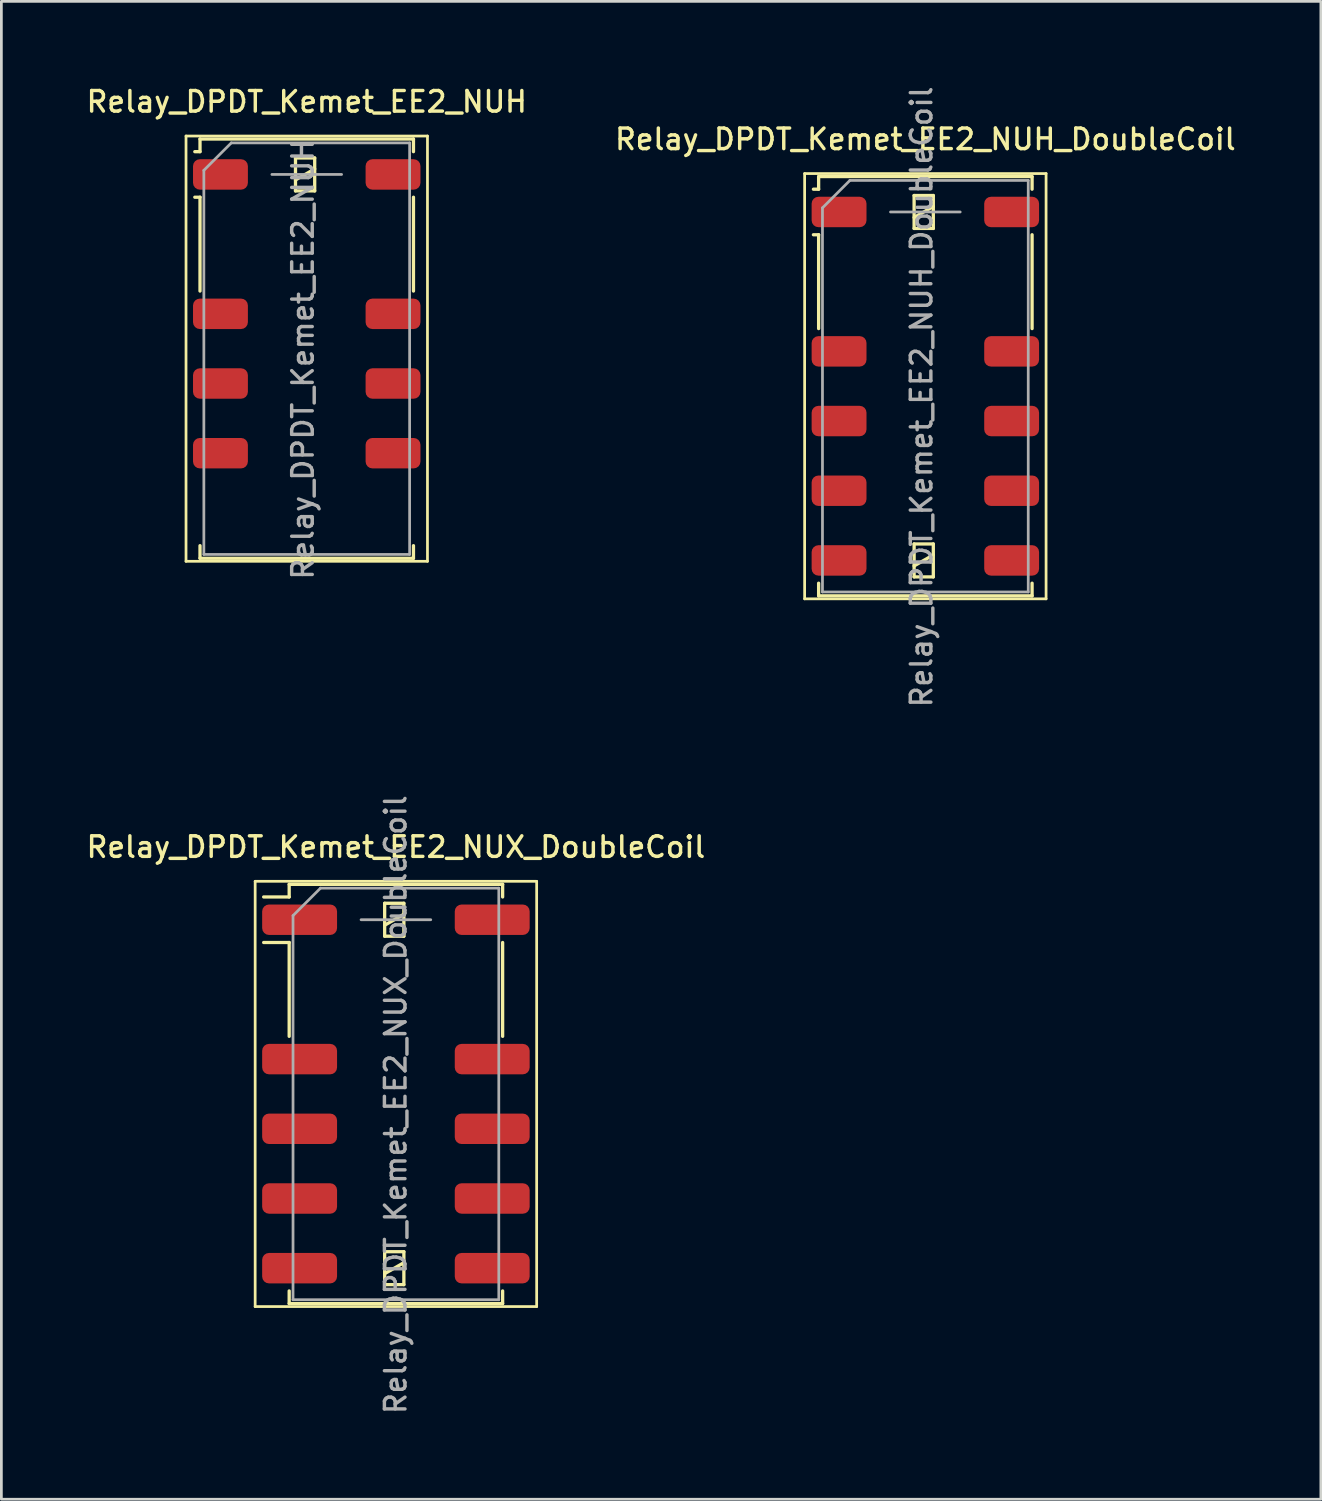
<source format=kicad_pcb>
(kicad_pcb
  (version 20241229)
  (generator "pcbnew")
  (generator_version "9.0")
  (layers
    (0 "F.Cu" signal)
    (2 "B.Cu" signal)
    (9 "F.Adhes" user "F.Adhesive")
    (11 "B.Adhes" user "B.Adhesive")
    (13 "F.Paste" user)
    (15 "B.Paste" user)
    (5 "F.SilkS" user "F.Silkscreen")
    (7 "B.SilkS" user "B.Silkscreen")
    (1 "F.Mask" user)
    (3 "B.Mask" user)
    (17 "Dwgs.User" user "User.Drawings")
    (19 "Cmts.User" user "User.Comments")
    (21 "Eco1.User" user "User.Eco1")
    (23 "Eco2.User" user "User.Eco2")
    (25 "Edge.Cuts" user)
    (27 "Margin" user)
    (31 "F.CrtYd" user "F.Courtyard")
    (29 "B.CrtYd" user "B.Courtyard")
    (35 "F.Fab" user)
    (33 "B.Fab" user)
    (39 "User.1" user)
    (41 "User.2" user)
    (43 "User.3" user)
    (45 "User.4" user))
  (footprint "Relay_DPDT_Kemet_EE2_NUH"
    (layer "F.Cu")
    (at 8.13 9.658)
    (property "Reference" "Relay_DPDT_Kemet_EE2_NUH" (at 0 -9 180) (layer "F.SilkS") (effects (font (size 0.75 0.75) (thickness 0.125))))
    (attr smd)
    (fp_line (start -4.4 -7.75) (end -4.4 7.75) (stroke (width 0.1) (type solid)) (layer "F.SilkS"))
    (fp_line (start -4.4 7.75) (end 4.4 7.75) (stroke (width 0.1) (type solid)) (layer "F.SilkS"))
    (fp_line (start -3.89 -7.64) (end -3.89 -7.18) (stroke (width 0.12) (type solid)) (layer "F.SilkS"))
    (fp_line (start -3.89 -7.18) (end -4.08 -7.18) (stroke (width 0.12) (type solid)) (layer "F.SilkS"))
    (fp_line (start -3.89 -5.52) (end -4.08 -5.52) (stroke (width 0.12) (type solid)) (layer "F.SilkS"))
    (fp_line (start -3.89 -5.52) (end -3.89 -2.1) (stroke (width 0.12) (type solid)) (layer "F.SilkS"))
    (fp_line (start -3.89 7.18) (end -3.89 7.64) (stroke (width 0.12) (type solid)) (layer "F.SilkS"))
    (fp_line (start -0.41 -6.95) (end -0.41 -5.75) (stroke (width 0.12) (type solid)) (layer "F.SilkS"))
    (fp_line (start -0.41 -6.15) (end 0.29 -6.55) (stroke (width 0.12) (type solid)) (layer "F.SilkS"))
    (fp_line (start -0.41 -5.75) (end 0.29 -5.75) (stroke (width 0.12) (type solid)) (layer "F.SilkS"))
    (fp_line (start 0.29 -6.95) (end -0.41 -6.95) (stroke (width 0.12) (type solid)) (layer "F.SilkS"))
    (fp_line (start 0.29 -5.75) (end 0.29 -6.95) (stroke (width 0.12) (type solid)) (layer "F.SilkS"))
    (fp_line (start 3.89 -7.64) (end -3.89 -7.64) (stroke (width 0.12) (type solid)) (layer "F.SilkS"))
    (fp_line (start 3.89 -7.64) (end 3.89 -7.18) (stroke (width 0.12) (type solid)) (layer "F.SilkS"))
    (fp_line (start 3.89 -5.52) (end 3.89 -2.1) (stroke (width 0.12) (type solid)) (layer "F.SilkS"))
    (fp_line (start 3.89 7.18) (end 3.89 7.64) (stroke (width 0.12) (type solid)) (layer "F.SilkS"))
    (fp_line (start 3.89 7.64) (end -3.89 7.64) (stroke (width 0.12) (type solid)) (layer "F.SilkS"))
    (fp_line (start 4.4 -7.75) (end -4.4 -7.75) (stroke (width 0.1) (type solid)) (layer "F.SilkS"))
    (fp_line (start 4.4 -7.75) (end 4.4 7.75) (stroke (width 0.1) (type solid)) (layer "F.SilkS"))
    (fp_line (start -3.75 -6.5) (end -3.75 7.5) (stroke (width 0.1) (type solid)) (layer "F.Fab"))
    (fp_line (start -3.75 -6.5) (end -2.75 -7.5) (stroke (width 0.1) (type solid)) (layer "F.Fab"))
    (fp_line (start -1.27 -6.35) (end 1.27 -6.35) (stroke (width 0.1) (type solid)) (layer "F.Fab"))
    (fp_line (start 3.75 -7.5) (end -2.75 -7.5) (stroke (width 0.1) (type solid)) (layer "F.Fab"))
    (fp_line (start 3.75 -7.5) (end 3.75 7.5) (stroke (width 0.1) (type solid)) (layer "F.Fab"))
    (fp_line (start 3.75 7.5) (end -3.75 7.5) (stroke (width 0.1) (type solid)) (layer "F.Fab"))
    (fp_text user "${REFERENCE}" (at -0.14 0.39 90) (layer "F.Fab") (effects (font (size 0.75 0.75) (thickness 0.125))))
    (pad "1" smd roundrect (at -3.145 -6.35 270) (size 1.11 2) (layers "F.Cu" "F.Mask" "F.Paste") (roundrect_rratio 0.225))
    (pad "3" smd roundrect (at -3.145 -1.27 270) (size 1.11 2) (layers "F.Cu" "F.Mask" "F.Paste") (roundrect_rratio 0.225))
    (pad "4" smd roundrect (at -3.145 1.27 270) (size 1.11 2) (layers "F.Cu" "F.Mask" "F.Paste") (roundrect_rratio 0.225))
    (pad "5" smd roundrect (at -3.145 3.81 270) (size 1.11 2) (layers "F.Cu" "F.Mask" "F.Paste") (roundrect_rratio 0.225))
    (pad "8" smd roundrect (at 3.145 3.81 270) (size 1.11 2) (layers "F.Cu" "F.Mask" "F.Paste") (roundrect_rratio 0.225))
    (pad "9" smd roundrect (at 3.145 1.27 270) (size 1.11 2) (layers "F.Cu" "F.Mask" "F.Paste") (roundrect_rratio 0.225))
    (pad "10" smd roundrect (at 3.145 -1.27 270) (size 1.11 2) (layers "F.Cu" "F.Mask" "F.Paste") (roundrect_rratio 0.225))
    (pad "12" smd roundrect (at 3.145 -6.35 270) (size 1.11 2) (layers "F.Cu" "F.Mask" "F.Paste") (roundrect_rratio 0.225)))
  (footprint "Relay_DPDT_Kemet_EE2_NUX_DoubleCoil"
    (layer "F.Cu")
    (at 11.38 36.822)
    (property "Reference" "Relay_DPDT_Kemet_EE2_NUX_DoubleCoil" (at 0 -9 180) (layer "F.SilkS") (effects (font (size 0.75 0.75) (thickness 0.125))))
    (attr smd)
    (fp_line (start -5.13 -7.75) (end -5.13 7.75) (stroke (width 0.1) (type solid)) (layer "F.SilkS"))
    (fp_line (start -5.13 7.75) (end 5.13 7.75) (stroke (width 0.1) (type solid)) (layer "F.SilkS"))
    (fp_line (start -3.89 -7.64) (end -3.89 -7.18) (stroke (width 0.12) (type solid)) (layer "F.SilkS"))
    (fp_line (start -3.89 -7.18) (end -4.82 -7.18) (stroke (width 0.12) (type solid)) (layer "F.SilkS"))
    (fp_line (start -3.89 -5.52) (end -4.82 -5.52) (stroke (width 0.12) (type solid)) (layer "F.SilkS"))
    (fp_line (start -3.89 -5.52) (end -3.89 -2.1) (stroke (width 0.12) (type solid)) (layer "F.SilkS"))
    (fp_line (start -3.89 7.18) (end -3.89 7.64) (stroke (width 0.12) (type solid)) (layer "F.SilkS"))
    (fp_line (start -0.41 -6.95) (end -0.41 -5.75) (stroke (width 0.12) (type solid)) (layer "F.SilkS"))
    (fp_line (start -0.41 -6.15) (end 0.29 -6.55) (stroke (width 0.12) (type solid)) (layer "F.SilkS"))
    (fp_line (start -0.41 -5.75) (end 0.29 -5.75) (stroke (width 0.12) (type solid)) (layer "F.SilkS"))
    (fp_line (start -0.41 5.75) (end -0.41 6.95) (stroke (width 0.12) (type solid)) (layer "F.SilkS"))
    (fp_line (start -0.41 6.55) (end 0.29 6.15) (stroke (width 0.12) (type solid)) (layer "F.SilkS"))
    (fp_line (start -0.41 6.95) (end 0.29 6.95) (stroke (width 0.12) (type solid)) (layer "F.SilkS"))
    (fp_line (start 0.29 -6.95) (end -0.41 -6.95) (stroke (width 0.12) (type solid)) (layer "F.SilkS"))
    (fp_line (start 0.29 -5.75) (end 0.29 -6.95) (stroke (width 0.12) (type solid)) (layer "F.SilkS"))
    (fp_line (start 0.29 5.75) (end -0.41 5.75) (stroke (width 0.12) (type solid)) (layer "F.SilkS"))
    (fp_line (start 0.29 6.95) (end 0.29 5.75) (stroke (width 0.12) (type solid)) (layer "F.SilkS"))
    (fp_line (start 3.89 -7.64) (end -3.89 -7.64) (stroke (width 0.12) (type solid)) (layer "F.SilkS"))
    (fp_line (start 3.89 -7.64) (end 3.89 -7.18) (stroke (width 0.12) (type solid)) (layer "F.SilkS"))
    (fp_line (start 3.89 -5.52) (end 3.89 -2.1) (stroke (width 0.12) (type solid)) (layer "F.SilkS"))
    (fp_line (start 3.89 7.18) (end 3.89 7.64) (stroke (width 0.12) (type solid)) (layer "F.SilkS"))
    (fp_line (start 3.89 7.64) (end -3.89 7.64) (stroke (width 0.12) (type solid)) (layer "F.SilkS"))
    (fp_line (start 5.13 -7.75) (end -5.13 -7.75) (stroke (width 0.1) (type solid)) (layer "F.SilkS"))
    (fp_line (start 5.13 -7.75) (end 5.13 7.75) (stroke (width 0.1) (type solid)) (layer "F.SilkS"))
    (fp_line (start -3.75 -6.5) (end -3.75 7.5) (stroke (width 0.1) (type solid)) (layer "F.Fab"))
    (fp_line (start -3.75 -6.5) (end -2.75 -7.5) (stroke (width 0.1) (type solid)) (layer "F.Fab"))
    (fp_line (start -1.27 -6.35) (end 1.27 -6.35) (stroke (width 0.1) (type solid)) (layer "F.Fab"))
    (fp_line (start 3.75 -7.5) (end -2.75 -7.5) (stroke (width 0.1) (type solid)) (layer "F.Fab"))
    (fp_line (start 3.75 -7.5) (end 3.75 7.5) (stroke (width 0.1) (type solid)) (layer "F.Fab"))
    (fp_line (start 3.75 7.5) (end -3.75 7.5) (stroke (width 0.1) (type solid)) (layer "F.Fab"))
    (fp_text user "${REFERENCE}" (at -0.01 0.39 90) (layer "F.Fab") (effects (font (size 0.75 0.75) (thickness 0.125))))
    (pad "1" smd roundrect (at -3.51 -6.35 270) (size 1.11 2.73) (layers "F.Cu" "F.Mask" "F.Paste") (roundrect_rratio 0.225))
    (pad "3" smd roundrect (at -3.51 -1.27 270) (size 1.11 2.73) (layers "F.Cu" "F.Mask" "F.Paste") (roundrect_rratio 0.225))
    (pad "4" smd roundrect (at -3.51 1.27 270) (size 1.11 2.73) (layers "F.Cu" "F.Mask" "F.Paste") (roundrect_rratio 0.225))
    (pad "5" smd roundrect (at -3.51 3.81 270) (size 1.11 2.73) (layers "F.Cu" "F.Mask" "F.Paste") (roundrect_rratio 0.225))
    (pad "6" smd roundrect (at -3.51 6.35 270) (size 1.11 2.73) (layers "F.Cu" "F.Mask" "F.Paste") (roundrect_rratio 0.225))
    (pad "7" smd roundrect (at 3.51 6.35 270) (size 1.11 2.73) (layers "F.Cu" "F.Mask" "F.Paste") (roundrect_rratio 0.225))
    (pad "8" smd roundrect (at 3.51 3.81 270) (size 1.11 2.73) (layers "F.Cu" "F.Mask" "F.Paste") (roundrect_rratio 0.225))
    (pad "9" smd roundrect (at 3.51 1.27 270) (size 1.11 2.73) (layers "F.Cu" "F.Mask" "F.Paste") (roundrect_rratio 0.225))
    (pad "10" smd roundrect (at 3.51 -1.27 270) (size 1.11 2.73) (layers "F.Cu" "F.Mask" "F.Paste") (roundrect_rratio 0.225))
    (pad "12" smd roundrect (at 3.51 -6.35 270) (size 1.11 2.73) (layers "F.Cu" "F.Mask" "F.Paste") (roundrect_rratio 0.225)))
  (footprint "Relay_DPDT_Kemet_EE2_NUH_DoubleCoil"
    (layer "F.Cu")
    (at 30.677 11.026)
    (property "Reference" "Relay_DPDT_Kemet_EE2_NUH_DoubleCoil" (at 0 -9 180) (layer "F.SilkS") (effects (font (size 0.75 0.75) (thickness 0.125))))
    (attr smd)
    (fp_line (start -4.4 -7.75) (end -4.4 7.75) (stroke (width 0.1) (type solid)) (layer "F.SilkS"))
    (fp_line (start -4.4 7.75) (end 4.4 7.75) (stroke (width 0.1) (type solid)) (layer "F.SilkS"))
    (fp_line (start -3.89 -7.64) (end -3.89 -7.18) (stroke (width 0.12) (type solid)) (layer "F.SilkS"))
    (fp_line (start -3.89 -7.18) (end -4.08 -7.18) (stroke (width 0.12) (type solid)) (layer "F.SilkS"))
    (fp_line (start -3.89 -5.52) (end -4.08 -5.52) (stroke (width 0.12) (type solid)) (layer "F.SilkS"))
    (fp_line (start -3.89 -5.52) (end -3.89 -2.1) (stroke (width 0.12) (type solid)) (layer "F.SilkS"))
    (fp_line (start -3.89 7.18) (end -3.89 7.64) (stroke (width 0.12) (type solid)) (layer "F.SilkS"))
    (fp_line (start -0.41 -6.95) (end -0.41 -5.75) (stroke (width 0.12) (type solid)) (layer "F.SilkS"))
    (fp_line (start -0.41 -6.15) (end 0.29 -6.55) (stroke (width 0.12) (type solid)) (layer "F.SilkS"))
    (fp_line (start -0.41 -5.75) (end 0.29 -5.75) (stroke (width 0.12) (type solid)) (layer "F.SilkS"))
    (fp_line (start -0.41 5.75) (end -0.41 6.95) (stroke (width 0.12) (type solid)) (layer "F.SilkS"))
    (fp_line (start -0.41 6.55) (end 0.29 6.15) (stroke (width 0.12) (type solid)) (layer "F.SilkS"))
    (fp_line (start -0.41 6.95) (end 0.29 6.95) (stroke (width 0.12) (type solid)) (layer "F.SilkS"))
    (fp_line (start 0.29 -6.95) (end -0.41 -6.95) (stroke (width 0.12) (type solid)) (layer "F.SilkS"))
    (fp_line (start 0.29 -5.75) (end 0.29 -6.95) (stroke (width 0.12) (type solid)) (layer "F.SilkS"))
    (fp_line (start 0.29 5.75) (end -0.41 5.75) (stroke (width 0.12) (type solid)) (layer "F.SilkS"))
    (fp_line (start 0.29 6.95) (end 0.29 5.75) (stroke (width 0.12) (type solid)) (layer "F.SilkS"))
    (fp_line (start 3.89 -7.64) (end -3.89 -7.64) (stroke (width 0.12) (type solid)) (layer "F.SilkS"))
    (fp_line (start 3.89 -7.64) (end 3.89 -7.18) (stroke (width 0.12) (type solid)) (layer "F.SilkS"))
    (fp_line (start 3.89 -5.52) (end 3.89 -2.1) (stroke (width 0.12) (type solid)) (layer "F.SilkS"))
    (fp_line (start 3.89 7.18) (end 3.89 7.64) (stroke (width 0.12) (type solid)) (layer "F.SilkS"))
    (fp_line (start 3.89 7.64) (end -3.89 7.64) (stroke (width 0.12) (type solid)) (layer "F.SilkS"))
    (fp_line (start 4.4 -7.75) (end -4.4 -7.75) (stroke (width 0.1) (type solid)) (layer "F.SilkS"))
    (fp_line (start 4.4 -7.75) (end 4.4 7.75) (stroke (width 0.1) (type solid)) (layer "F.SilkS"))
    (fp_line (start -3.75 -6.5) (end -3.75 7.5) (stroke (width 0.1) (type solid)) (layer "F.Fab"))
    (fp_line (start -3.75 -6.5) (end -2.75 -7.5) (stroke (width 0.1) (type solid)) (layer "F.Fab"))
    (fp_line (start -1.27 -6.35) (end 1.27 -6.35) (stroke (width 0.1) (type solid)) (layer "F.Fab"))
    (fp_line (start 3.75 -7.5) (end -2.75 -7.5) (stroke (width 0.1) (type solid)) (layer "F.Fab"))
    (fp_line (start 3.75 -7.5) (end 3.75 7.5) (stroke (width 0.1) (type solid)) (layer "F.Fab"))
    (fp_line (start 3.75 7.5) (end -3.75 7.5) (stroke (width 0.1) (type solid)) (layer "F.Fab"))
    (fp_text user "${REFERENCE}" (at -0.14 0.39 90) (layer "F.Fab") (effects (font (size 0.75 0.75) (thickness 0.125))))
    (pad "1" smd roundrect (at -3.145 -6.35 270) (size 1.11 2) (layers "F.Cu" "F.Mask" "F.Paste") (roundrect_rratio 0.225))
    (pad "3" smd roundrect (at -3.145 -1.27 270) (size 1.11 2) (layers "F.Cu" "F.Mask" "F.Paste") (roundrect_rratio 0.225))
    (pad "4" smd roundrect (at -3.145 1.27 270) (size 1.11 2) (layers "F.Cu" "F.Mask" "F.Paste") (roundrect_rratio 0.225))
    (pad "5" smd roundrect (at -3.145 3.81 270) (size 1.11 2) (layers "F.Cu" "F.Mask" "F.Paste") (roundrect_rratio 0.225))
    (pad "6" smd roundrect (at -3.145 6.35 270) (size 1.11 2) (layers "F.Cu" "F.Mask" "F.Paste") (roundrect_rratio 0.225))
    (pad "7" smd roundrect (at 3.145 6.35 270) (size 1.11 2) (layers "F.Cu" "F.Mask" "F.Paste") (roundrect_rratio 0.225))
    (pad "8" smd roundrect (at 3.145 3.81 270) (size 1.11 2) (layers "F.Cu" "F.Mask" "F.Paste") (roundrect_rratio 0.225))
    (pad "9" smd roundrect (at 3.145 1.27 270) (size 1.11 2) (layers "F.Cu" "F.Mask" "F.Paste") (roundrect_rratio 0.225))
    (pad "10" smd roundrect (at 3.145 -1.27 270) (size 1.11 2) (layers "F.Cu" "F.Mask" "F.Paste") (roundrect_rratio 0.225))
    (pad "12" smd roundrect (at 3.145 -6.35 270) (size 1.11 2) (layers "F.Cu" "F.Mask" "F.Paste") (roundrect_rratio 0.225)))
  (gr_rect
    (start -3 -3)
    (end 45.093 51.593)
    (stroke (width 0.1) (type default))
    (fill no)
    (layer "Edge.Cuts")))
</source>
